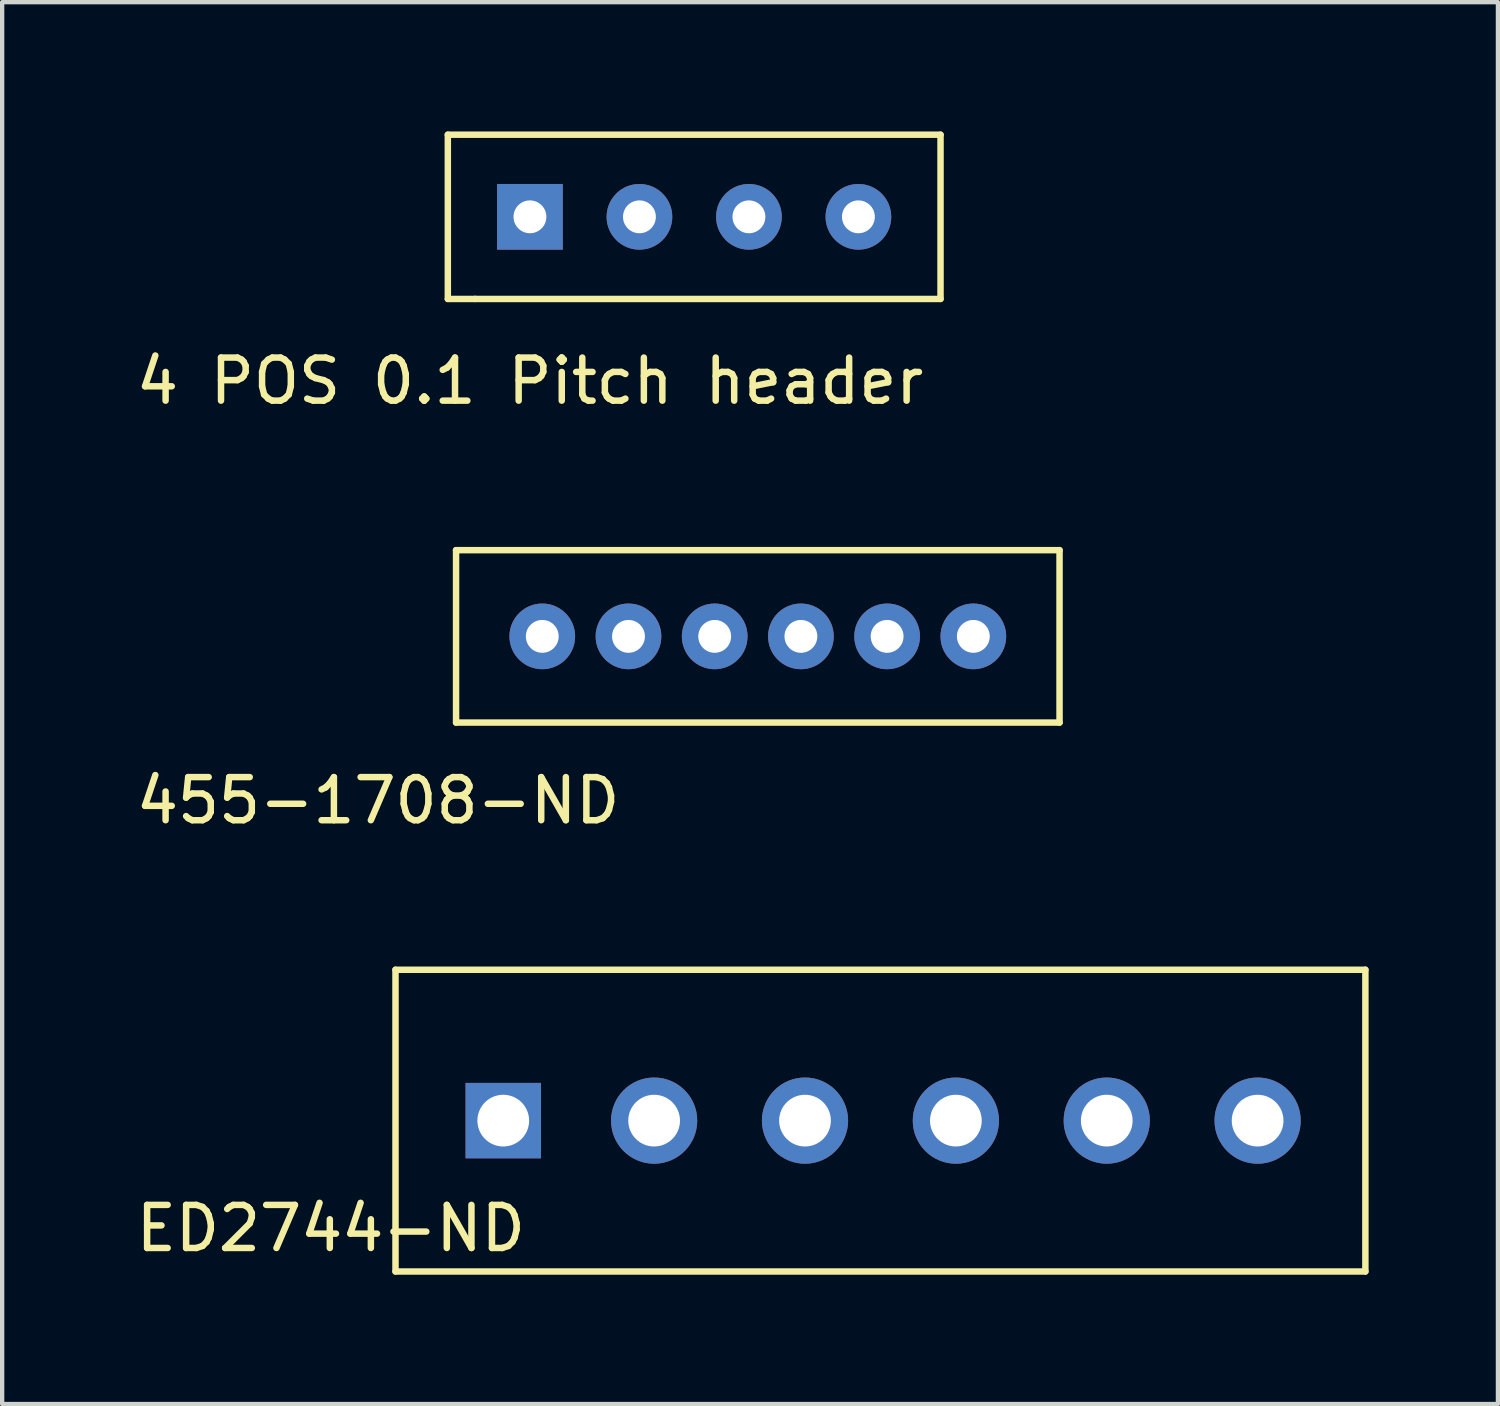
<source format=kicad_pcb>
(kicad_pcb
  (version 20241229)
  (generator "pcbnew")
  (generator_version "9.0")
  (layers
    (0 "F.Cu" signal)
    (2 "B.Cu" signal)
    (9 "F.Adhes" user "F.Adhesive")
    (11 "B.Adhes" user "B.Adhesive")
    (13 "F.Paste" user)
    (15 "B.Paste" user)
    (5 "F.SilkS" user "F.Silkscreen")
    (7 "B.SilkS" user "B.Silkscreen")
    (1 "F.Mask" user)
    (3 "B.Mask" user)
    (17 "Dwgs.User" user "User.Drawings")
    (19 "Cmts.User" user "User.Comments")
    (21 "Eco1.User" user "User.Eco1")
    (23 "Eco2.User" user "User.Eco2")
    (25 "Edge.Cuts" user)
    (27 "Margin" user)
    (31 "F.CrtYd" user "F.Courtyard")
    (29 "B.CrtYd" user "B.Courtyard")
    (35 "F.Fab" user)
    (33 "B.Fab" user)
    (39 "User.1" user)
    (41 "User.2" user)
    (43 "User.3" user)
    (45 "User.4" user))
  (footprint "455-1708-ND"
    (layer "F.Cu")
    (at 9.53 11.713)
    (property "Reference" "455-1708-ND" (at -3.81 3.81 0) (layer "F.SilkS") (effects (font (size 1 1) (thickness 0.15))))
    (attr through_hole)
    (fp_line (start -2 -2) (end 12 -2) (stroke (width 0.15) (type solid)) (layer "F.SilkS"))
    (fp_line (start -2 2) (end -2 -2) (stroke (width 0.15) (type solid)) (layer "F.SilkS"))
    (fp_line (start 12 -2) (end 12 2) (stroke (width 0.15) (type solid)) (layer "F.SilkS"))
    (fp_line (start 12 2) (end -2 2) (stroke (width 0.15) (type solid)) (layer "F.SilkS"))
    (pad "1" thru_hole circle (at 0 0) (size 1.524 1.524) (drill 0.762) (layers "*.Cu" "*.Mask"))
    (pad "2" thru_hole circle (at 2 0) (size 1.524 1.524) (drill 0.762) (layers "*.Cu" "*.Mask"))
    (pad "3" thru_hole circle (at 4 0) (size 1.524 1.524) (drill 0.762) (layers "*.Cu" "*.Mask"))
    (pad "4" thru_hole circle (at 6 0) (size 1.524 1.524) (drill 0.762) (layers "*.Cu" "*.Mask"))
    (pad "5" thru_hole circle (at 8 0) (size 1.524 1.524) (drill 0.762) (layers "*.Cu" "*.Mask"))
    (pad "6" thru_hole circle (at 10 0) (size 1.524 1.524) (drill 0.762) (layers "*.Cu" "*.Mask")))
  (footprint "4 POS 0.1 Pitch header"
    (layer "F.Cu")
    (at 9.244 1.98)
    (property "Reference" "4 POS 0.1 Pitch header" (at 0 3.81 0) (layer "F.SilkS") (effects (font (size 1 1) (thickness 0.15))))
    (attr through_hole)
    (fp_line (start -1.905 -1.905) (end -1.905 1.905) (stroke (width 0.15) (type solid)) (layer "F.SilkS"))
    (fp_line (start -1.905 1.905) (end -1.27 1.905) (stroke (width 0.15) (type solid)) (layer "F.SilkS"))
    (fp_line (start -1.27 1.905) (end 9.525 1.905) (stroke (width 0.15) (type solid)) (layer "F.SilkS"))
    (fp_line (start 9.525 -1.905) (end -1.905 -1.905) (stroke (width 0.15) (type solid)) (layer "F.SilkS"))
    (fp_line (start 9.525 1.905) (end 9.525 -1.905) (stroke (width 0.15) (type solid)) (layer "F.SilkS"))
    (pad "1" thru_hole rect (at 0 0) (size 1.524 1.524) (drill 0.762) (layers "*.Cu" "*.Mask"))
    (pad "2" thru_hole circle (at 2.54 0) (size 1.524 1.524) (drill 0.762) (layers "*.Cu" "*.Mask"))
    (pad "3" thru_hole circle (at 5.08 0) (size 1.524 1.524) (drill 0.762) (layers "*.Cu" "*.Mask"))
    (pad "4" thru_hole circle (at 7.62 0) (size 1.524 1.524) (drill 0.762) (layers "*.Cu" "*.Mask")))
  (footprint "ED2744-ND"
    (layer "F.Cu")
    (at 8.625 22.947)
    (property "Reference" "ED2744-ND" (at -4 2.5 0) (layer "F.SilkS") (effects (font (size 1 1) (thickness 0.15))))
    (attr through_hole)
    (fp_line (start -2.5 -3.5) (end -2.5 3.5) (stroke (width 0.15) (type solid)) (layer "F.SilkS"))
    (fp_line (start -2.5 3.5) (end 20 3.5) (stroke (width 0.15) (type solid)) (layer "F.SilkS"))
    (fp_line (start 20 -3.5) (end -2.5 -3.5) (stroke (width 0.15) (type solid)) (layer "F.SilkS"))
    (fp_line (start 20 3.5) (end 20 -3.5) (stroke (width 0.15) (type solid)) (layer "F.SilkS"))
    (pad "1" thru_hole rect (at 0 0) (size 1.75 1.75) (drill 1.2) (layers "*.Cu" "*.Mask"))
    (pad "2" thru_hole circle (at 3.5 0) (size 2 2) (drill 1.2) (layers "*.Cu" "*.Mask"))
    (pad "3" thru_hole circle (at 7 0) (size 2 2) (drill 1.2) (layers "*.Cu" "*.Mask"))
    (pad "4" thru_hole circle (at 10.5 0) (size 2 2) (drill 1.2) (layers "*.Cu" "*.Mask"))
    (pad "5" thru_hole circle (at 14 0) (size 2 2) (drill 1.2) (layers "*.Cu" "*.Mask"))
    (pad "6" thru_hole circle (at 17.5 0) (size 2 2) (drill 1.2) (layers "*.Cu" "*.Mask")))
  (gr_rect
    (start -3 -3)
    (end 31.7 29.521)
    (stroke (width 0.1) (type default))
    (fill no)
    (layer "Edge.Cuts")))
</source>
